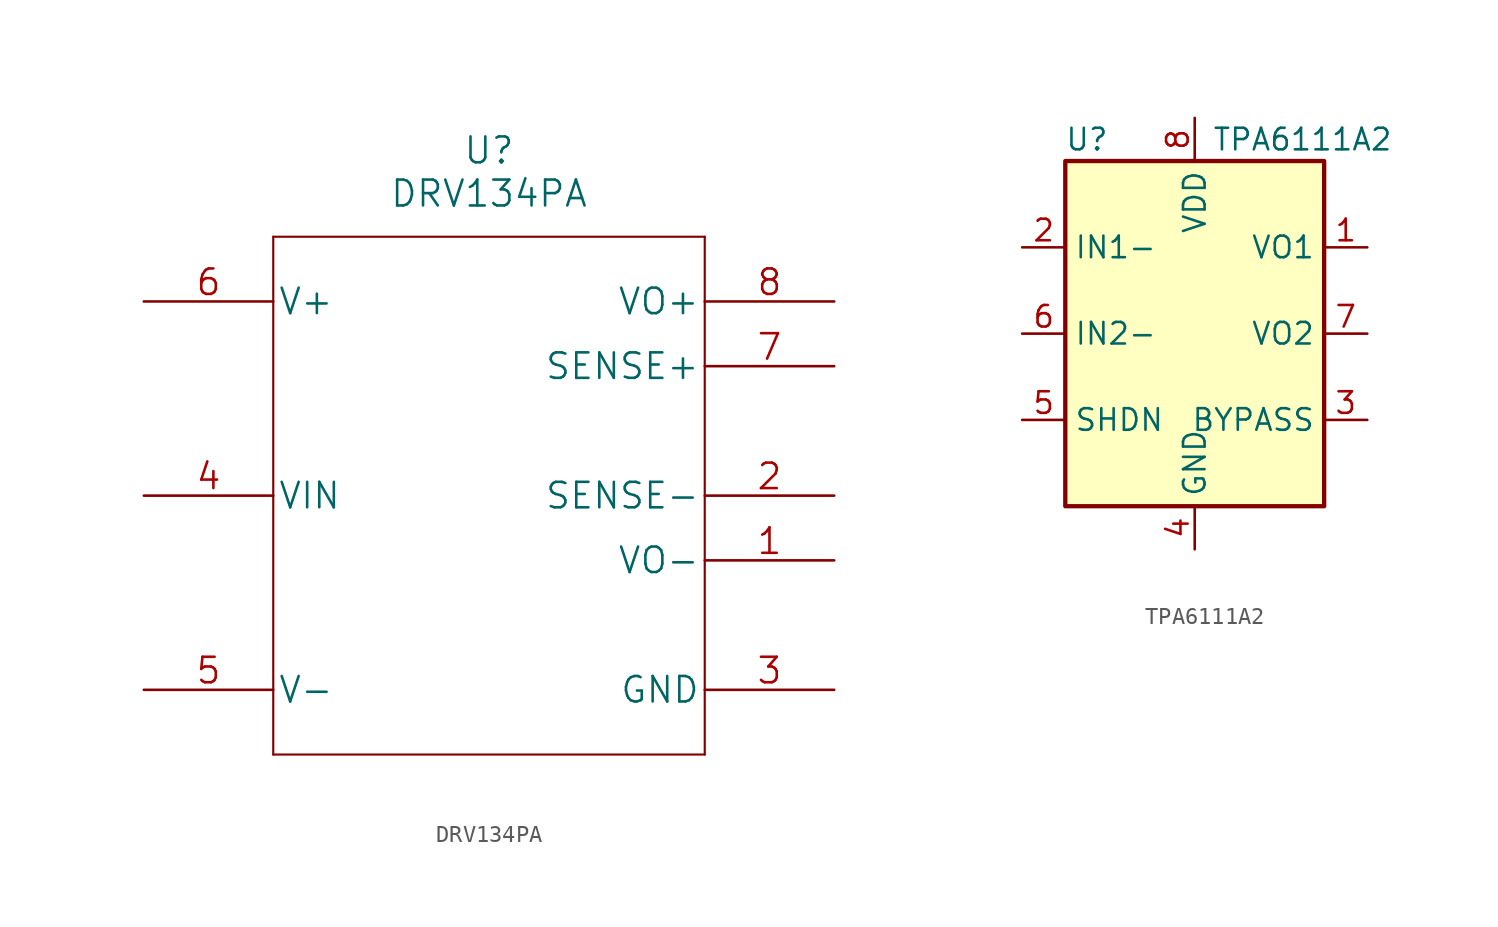
<source format=kicad_sym>
(kicad_symbol_lib
  (version 20220914)
  (generator kicad_symbol_editor)
  (symbol "DRV134PA"
    (pin_names
      (offset 0.254))
    (property "Reference" "U"
      (at 20.32 12.7 0)
      (effects (font (size 1.524 1.524))))
    (property "Value" "DRV134PA"
      (at 20.32 10.16 0)
      (effects (font (size 1.524 1.524))))
    (symbol "DRV134PA_1_1"
      (polyline (pts (xy 7.62 -22.86) (xy 33.02 -22.86)) (stroke (width 0.127) (type default)) (fill (type none)))
      (polyline (pts (xy 7.62 7.62) (xy 7.62 -22.86)) (stroke (width 0.127) (type default)) (fill (type none)))
      (polyline (pts (xy 33.02 -22.86) (xy 33.02 7.62)) (stroke (width 0.127) (type default)) (fill (type none)))
      (polyline (pts (xy 33.02 7.62) (xy 7.62 7.62)) (stroke (width 0.127) (type default)) (fill (type none)))
      (pin output line (at 40.64 -11.43 180) (length 7.62) (name "VO-" (effects (font (size 1.499 1.499)))) (number "1" (effects (font (size 1.499 1.499)))))
      (pin input line (at 40.64 -7.62 180) (length 7.62) (name "SENSE-" (effects (font (size 1.499 1.499)))) (number "2" (effects (font (size 1.499 1.499)))))
      (pin power_in line (at 40.64 -19.05 180) (length 7.62) (name "GND" (effects (font (size 1.499 1.499)))) (number "3" (effects (font (size 1.499 1.499)))))
      (pin input line (at 0 -7.62 0) (length 7.62) (name "VIN" (effects (font (size 1.499 1.499)))) (number "4" (effects (font (size 1.499 1.499)))))
      (pin power_in line (at 0 -19.05 0) (length 7.62) (name "V-" (effects (font (size 1.499 1.499)))) (number "5" (effects (font (size 1.499 1.499)))))
      (pin power_in line (at 0 3.81 0) (length 7.62) (name "V+" (effects (font (size 1.499 1.499)))) (number "6" (effects (font (size 1.499 1.499)))))
      (pin input line (at 40.64 0 180) (length 7.62) (name "SENSE+" (effects (font (size 1.499 1.499)))) (number "7" (effects (font (size 1.499 1.499)))))
      (pin output line (at 40.64 3.81 180) (length 7.62) (name "VO+" (effects (font (size 1.499 1.499)))) (number "8" (effects (font (size 1.499 1.499)))))))
  (symbol "TPA6111A2"
    (property "Reference" "U"
      (at -6.35 11.43 0)
      (effects (font (size 1.27 1.27))))
    (property "Value" "TPA6111A2"
      (at 6.35 11.43 0)
      (effects (font (size 1.27 1.27))))
    (symbol "TPA6111A2_0_1"
      (rectangle (start -7.62 10.16) (end 7.62 -10.16) (stroke (width 0.254) (type default)) (fill (type background))))
    (symbol "TPA6111A2_1_1"
      (pin output line (at 10.16 5.08 180) (length 2.54) (name "VO1" (effects (font (size 1.27 1.27)))) (number "1" (effects (font (size 1.27 1.27)))))
      (pin input line (at -10.16 5.08 0) (length 2.54) (name "IN1-" (effects (font (size 1.27 1.27)))) (number "2" (effects (font (size 1.27 1.27)))))
      (pin passive line (at 10.16 -5.08 180) (length 2.54) (name "BYPASS" (effects (font (size 1.27 1.27)))) (number "3" (effects (font (size 1.27 1.27)))))
      (pin power_in line (at 0 -12.7 90) (length 2.54) (name "GND" (effects (font (size 1.27 1.27)))) (number "4" (effects (font (size 1.27 1.27)))))
      (pin input line (at -10.16 -5.08 0) (length 2.54) (name "SHDN" (effects (font (size 1.27 1.27)))) (number "5" (effects (font (size 1.27 1.27)))))
      (pin input line (at -10.16 0 0) (length 2.54) (name "IN2-" (effects (font (size 1.27 1.27)))) (number "6" (effects (font (size 1.27 1.27)))))
      (pin output line (at 10.16 0 180) (length 2.54) (name "VO2" (effects (font (size 1.27 1.27)))) (number "7" (effects (font (size 1.27 1.27)))))
      (pin power_in line (at 0 12.7 270) (length 2.54) (name "VDD" (effects (font (size 1.27 1.27)))) (number "8" (effects (font (size 1.27 1.27))))))))
</source>
